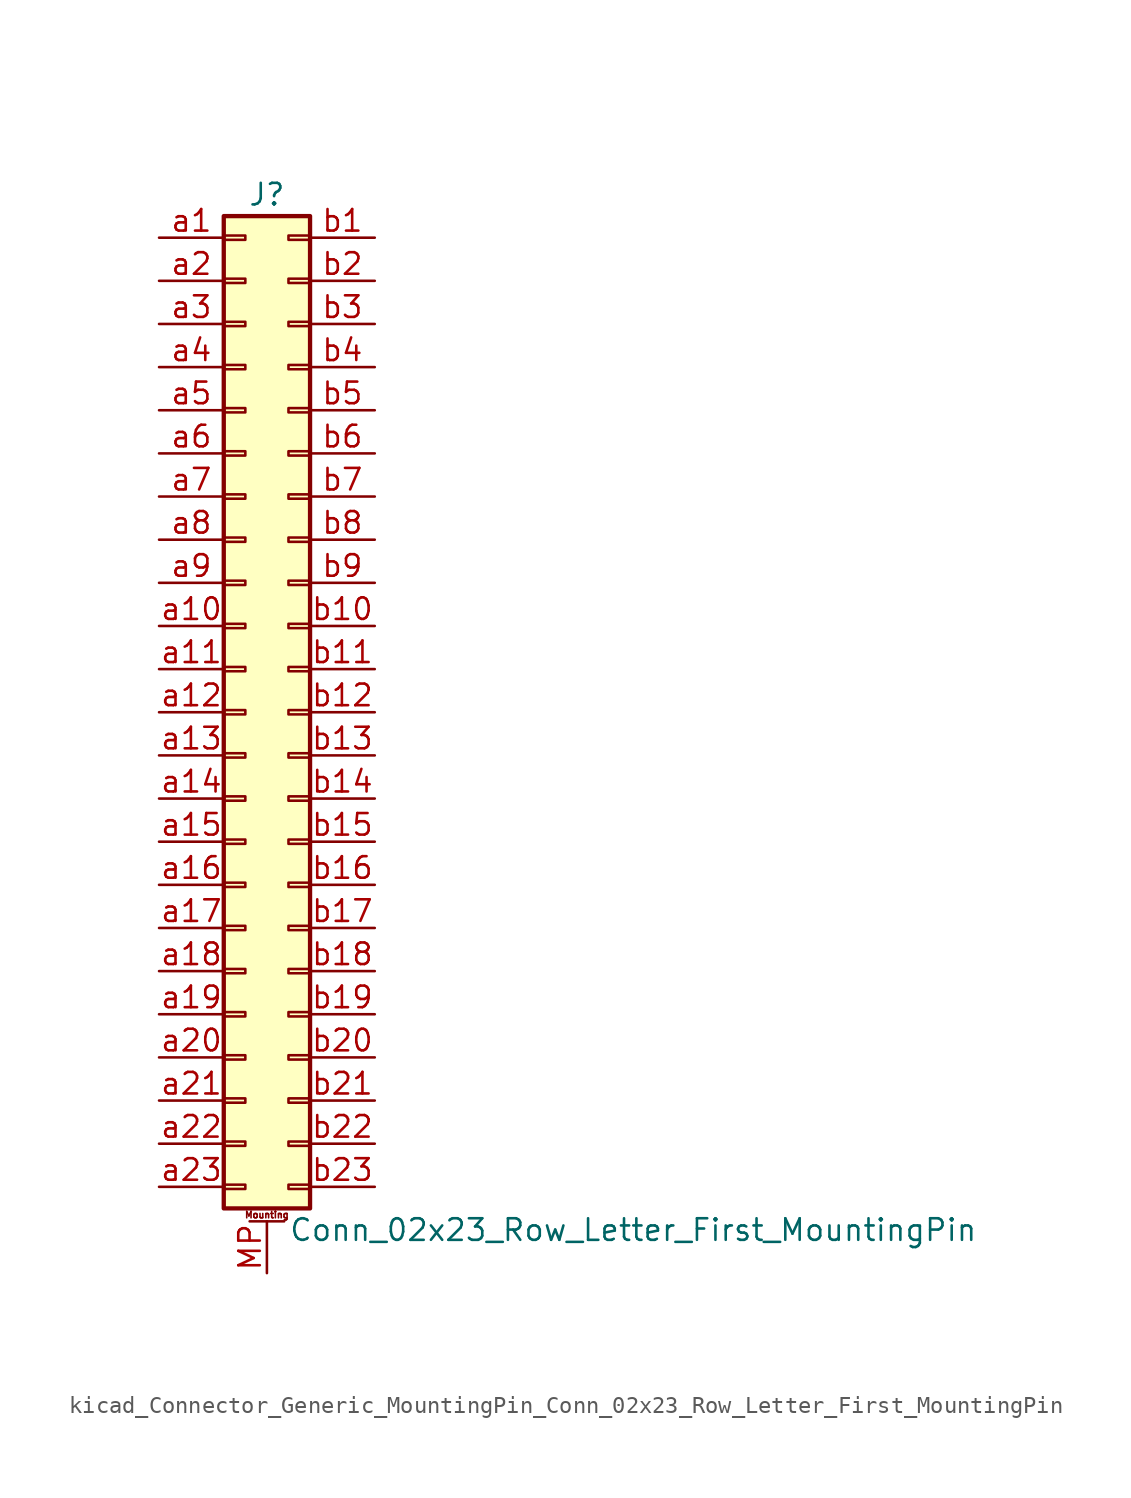
<source format=kicad_sym>
(kicad_symbol_lib
  (version 20220914)
  (generator kicad_symbol_editor)
  (symbol "kicad_Connector_Generic_MountingPin_Conn_02x23_Row_Letter_First_MountingPin"
    (pin_names
      (offset 1.016) hide)
    (property "Reference" "J"
      (at 1.27 30.48 0)
      (effects (font (size 1.27 1.27))))
    (property "Value" "Conn_02x23_Row_Letter_First_MountingPin"
      (at 2.54 -30.48 0)
      (effects (font (size 1.27 1.27)) (justify left)))
    (symbol "kicad_Connector_Generic_MountingPin_Conn_02x23_Row_Letter_First_MountingPin_1_1"
      (rectangle (start -1.27 -27.813) (end 0 -28.067) (stroke (width 0.152) (type default)) (fill (type none)))
      (rectangle (start -1.27 -25.273) (end 0 -25.527) (stroke (width 0.152) (type default)) (fill (type none)))
      (rectangle (start -1.27 -22.733) (end 0 -22.987) (stroke (width 0.152) (type default)) (fill (type none)))
      (rectangle (start -1.27 -20.193) (end 0 -20.447) (stroke (width 0.152) (type default)) (fill (type none)))
      (rectangle (start -1.27 -17.653) (end 0 -17.907) (stroke (width 0.152) (type default)) (fill (type none)))
      (rectangle (start -1.27 -15.113) (end 0 -15.367) (stroke (width 0.152) (type default)) (fill (type none)))
      (rectangle (start -1.27 -12.573) (end 0 -12.827) (stroke (width 0.152) (type default)) (fill (type none)))
      (rectangle (start -1.27 -10.033) (end 0 -10.287) (stroke (width 0.152) (type default)) (fill (type none)))
      (rectangle (start -1.27 -7.493) (end 0 -7.747) (stroke (width 0.152) (type default)) (fill (type none)))
      (rectangle (start -1.27 -4.953) (end 0 -5.207) (stroke (width 0.152) (type default)) (fill (type none)))
      (rectangle (start -1.27 -2.413) (end 0 -2.667) (stroke (width 0.152) (type default)) (fill (type none)))
      (rectangle (start -1.27 0.127) (end 0 -0.127) (stroke (width 0.152) (type default)) (fill (type none)))
      (rectangle (start -1.27 2.667) (end 0 2.413) (stroke (width 0.152) (type default)) (fill (type none)))
      (rectangle (start -1.27 5.207) (end 0 4.953) (stroke (width 0.152) (type default)) (fill (type none)))
      (rectangle (start -1.27 7.747) (end 0 7.493) (stroke (width 0.152) (type default)) (fill (type none)))
      (rectangle (start -1.27 10.287) (end 0 10.033) (stroke (width 0.152) (type default)) (fill (type none)))
      (rectangle (start -1.27 12.827) (end 0 12.573) (stroke (width 0.152) (type default)) (fill (type none)))
      (rectangle (start -1.27 15.367) (end 0 15.113) (stroke (width 0.152) (type default)) (fill (type none)))
      (rectangle (start -1.27 17.907) (end 0 17.653) (stroke (width 0.152) (type default)) (fill (type none)))
      (rectangle (start -1.27 20.447) (end 0 20.193) (stroke (width 0.152) (type default)) (fill (type none)))
      (rectangle (start -1.27 22.987) (end 0 22.733) (stroke (width 0.152) (type default)) (fill (type none)))
      (rectangle (start -1.27 25.527) (end 0 25.273) (stroke (width 0.152) (type default)) (fill (type none)))
      (rectangle (start -1.27 28.067) (end 0 27.813) (stroke (width 0.152) (type default)) (fill (type none)))
      (rectangle (start -1.27 29.21) (end 3.81 -29.21) (stroke (width 0.254) (type default)) (fill (type background)))
      (polyline (pts (xy 0.254 -29.972) (xy 2.286 -29.972)) (stroke (width 0.152) (type default)) (fill (type none)))
      (rectangle (start 3.81 -27.813) (end 2.54 -28.067) (stroke (width 0.152) (type default)) (fill (type none)))
      (rectangle (start 3.81 -25.273) (end 2.54 -25.527) (stroke (width 0.152) (type default)) (fill (type none)))
      (rectangle (start 3.81 -22.733) (end 2.54 -22.987) (stroke (width 0.152) (type default)) (fill (type none)))
      (rectangle (start 3.81 -20.193) (end 2.54 -20.447) (stroke (width 0.152) (type default)) (fill (type none)))
      (rectangle (start 3.81 -17.653) (end 2.54 -17.907) (stroke (width 0.152) (type default)) (fill (type none)))
      (rectangle (start 3.81 -15.113) (end 2.54 -15.367) (stroke (width 0.152) (type default)) (fill (type none)))
      (rectangle (start 3.81 -12.573) (end 2.54 -12.827) (stroke (width 0.152) (type default)) (fill (type none)))
      (rectangle (start 3.81 -10.033) (end 2.54 -10.287) (stroke (width 0.152) (type default)) (fill (type none)))
      (rectangle (start 3.81 -7.493) (end 2.54 -7.747) (stroke (width 0.152) (type default)) (fill (type none)))
      (rectangle (start 3.81 -4.953) (end 2.54 -5.207) (stroke (width 0.152) (type default)) (fill (type none)))
      (rectangle (start 3.81 -2.413) (end 2.54 -2.667) (stroke (width 0.152) (type default)) (fill (type none)))
      (rectangle (start 3.81 0.127) (end 2.54 -0.127) (stroke (width 0.152) (type default)) (fill (type none)))
      (rectangle (start 3.81 2.667) (end 2.54 2.413) (stroke (width 0.152) (type default)) (fill (type none)))
      (rectangle (start 3.81 5.207) (end 2.54 4.953) (stroke (width 0.152) (type default)) (fill (type none)))
      (rectangle (start 3.81 7.747) (end 2.54 7.493) (stroke (width 0.152) (type default)) (fill (type none)))
      (rectangle (start 3.81 10.287) (end 2.54 10.033) (stroke (width 0.152) (type default)) (fill (type none)))
      (rectangle (start 3.81 12.827) (end 2.54 12.573) (stroke (width 0.152) (type default)) (fill (type none)))
      (rectangle (start 3.81 15.367) (end 2.54 15.113) (stroke (width 0.152) (type default)) (fill (type none)))
      (rectangle (start 3.81 17.907) (end 2.54 17.653) (stroke (width 0.152) (type default)) (fill (type none)))
      (rectangle (start 3.81 20.447) (end 2.54 20.193) (stroke (width 0.152) (type default)) (fill (type none)))
      (rectangle (start 3.81 22.987) (end 2.54 22.733) (stroke (width 0.152) (type default)) (fill (type none)))
      (rectangle (start 3.81 25.527) (end 2.54 25.273) (stroke (width 0.152) (type default)) (fill (type none)))
      (rectangle (start 3.81 28.067) (end 2.54 27.813) (stroke (width 0.152) (type default)) (fill (type none)))
      (text "Mounting" (at 1.27 -29.591 0) (effects (font (size 0.381 0.381))))
      (pin passive line (at 1.27 -33.02 90) (length 3.048) (name "MountPin" (effects (font (size 1.27 1.27)))) (number "MP" (effects (font (size 1.27 1.27)))))
      (pin passive line (at -5.08 27.94 0) (length 3.81) (name "Pin_a1" (effects (font (size 1.27 1.27)))) (number "a1" (effects (font (size 1.27 1.27)))))
      (pin passive line (at -5.08 5.08 0) (length 3.81) (name "Pin_a10" (effects (font (size 1.27 1.27)))) (number "a10" (effects (font (size 1.27 1.27)))))
      (pin passive line (at -5.08 2.54 0) (length 3.81) (name "Pin_a11" (effects (font (size 1.27 1.27)))) (number "a11" (effects (font (size 1.27 1.27)))))
      (pin passive line (at -5.08 0 0) (length 3.81) (name "Pin_a12" (effects (font (size 1.27 1.27)))) (number "a12" (effects (font (size 1.27 1.27)))))
      (pin passive line (at -5.08 -2.54 0) (length 3.81) (name "Pin_a13" (effects (font (size 1.27 1.27)))) (number "a13" (effects (font (size 1.27 1.27)))))
      (pin passive line (at -5.08 -5.08 0) (length 3.81) (name "Pin_a14" (effects (font (size 1.27 1.27)))) (number "a14" (effects (font (size 1.27 1.27)))))
      (pin passive line (at -5.08 -7.62 0) (length 3.81) (name "Pin_a15" (effects (font (size 1.27 1.27)))) (number "a15" (effects (font (size 1.27 1.27)))))
      (pin passive line (at -5.08 -10.16 0) (length 3.81) (name "Pin_a16" (effects (font (size 1.27 1.27)))) (number "a16" (effects (font (size 1.27 1.27)))))
      (pin passive line (at -5.08 -12.7 0) (length 3.81) (name "Pin_a17" (effects (font (size 1.27 1.27)))) (number "a17" (effects (font (size 1.27 1.27)))))
      (pin passive line (at -5.08 -15.24 0) (length 3.81) (name "Pin_a18" (effects (font (size 1.27 1.27)))) (number "a18" (effects (font (size 1.27 1.27)))))
      (pin passive line (at -5.08 -17.78 0) (length 3.81) (name "Pin_a19" (effects (font (size 1.27 1.27)))) (number "a19" (effects (font (size 1.27 1.27)))))
      (pin passive line (at -5.08 25.4 0) (length 3.81) (name "Pin_a2" (effects (font (size 1.27 1.27)))) (number "a2" (effects (font (size 1.27 1.27)))))
      (pin passive line (at -5.08 -20.32 0) (length 3.81) (name "Pin_a20" (effects (font (size 1.27 1.27)))) (number "a20" (effects (font (size 1.27 1.27)))))
      (pin passive line (at -5.08 -22.86 0) (length 3.81) (name "Pin_a21" (effects (font (size 1.27 1.27)))) (number "a21" (effects (font (size 1.27 1.27)))))
      (pin passive line (at -5.08 -25.4 0) (length 3.81) (name "Pin_a22" (effects (font (size 1.27 1.27)))) (number "a22" (effects (font (size 1.27 1.27)))))
      (pin passive line (at -5.08 -27.94 0) (length 3.81) (name "Pin_a23" (effects (font (size 1.27 1.27)))) (number "a23" (effects (font (size 1.27 1.27)))))
      (pin passive line (at -5.08 22.86 0) (length 3.81) (name "Pin_a3" (effects (font (size 1.27 1.27)))) (number "a3" (effects (font (size 1.27 1.27)))))
      (pin passive line (at -5.08 20.32 0) (length 3.81) (name "Pin_a4" (effects (font (size 1.27 1.27)))) (number "a4" (effects (font (size 1.27 1.27)))))
      (pin passive line (at -5.08 17.78 0) (length 3.81) (name "Pin_a5" (effects (font (size 1.27 1.27)))) (number "a5" (effects (font (size 1.27 1.27)))))
      (pin passive line (at -5.08 15.24 0) (length 3.81) (name "Pin_a6" (effects (font (size 1.27 1.27)))) (number "a6" (effects (font (size 1.27 1.27)))))
      (pin passive line (at -5.08 12.7 0) (length 3.81) (name "Pin_a7" (effects (font (size 1.27 1.27)))) (number "a7" (effects (font (size 1.27 1.27)))))
      (pin passive line (at -5.08 10.16 0) (length 3.81) (name "Pin_a8" (effects (font (size 1.27 1.27)))) (number "a8" (effects (font (size 1.27 1.27)))))
      (pin passive line (at -5.08 7.62 0) (length 3.81) (name "Pin_a9" (effects (font (size 1.27 1.27)))) (number "a9" (effects (font (size 1.27 1.27)))))
      (pin passive line (at 7.62 27.94 180) (length 3.81) (name "Pin_b1" (effects (font (size 1.27 1.27)))) (number "b1" (effects (font (size 1.27 1.27)))))
      (pin passive line (at 7.62 5.08 180) (length 3.81) (name "Pin_b10" (effects (font (size 1.27 1.27)))) (number "b10" (effects (font (size 1.27 1.27)))))
      (pin passive line (at 7.62 2.54 180) (length 3.81) (name "Pin_b11" (effects (font (size 1.27 1.27)))) (number "b11" (effects (font (size 1.27 1.27)))))
      (pin passive line (at 7.62 0 180) (length 3.81) (name "Pin_b12" (effects (font (size 1.27 1.27)))) (number "b12" (effects (font (size 1.27 1.27)))))
      (pin passive line (at 7.62 -2.54 180) (length 3.81) (name "Pin_b13" (effects (font (size 1.27 1.27)))) (number "b13" (effects (font (size 1.27 1.27)))))
      (pin passive line (at 7.62 -5.08 180) (length 3.81) (name "Pin_b14" (effects (font (size 1.27 1.27)))) (number "b14" (effects (font (size 1.27 1.27)))))
      (pin passive line (at 7.62 -7.62 180) (length 3.81) (name "Pin_b15" (effects (font (size 1.27 1.27)))) (number "b15" (effects (font (size 1.27 1.27)))))
      (pin passive line (at 7.62 -10.16 180) (length 3.81) (name "Pin_b16" (effects (font (size 1.27 1.27)))) (number "b16" (effects (font (size 1.27 1.27)))))
      (pin passive line (at 7.62 -12.7 180) (length 3.81) (name "Pin_b17" (effects (font (size 1.27 1.27)))) (number "b17" (effects (font (size 1.27 1.27)))))
      (pin passive line (at 7.62 -15.24 180) (length 3.81) (name "Pin_b18" (effects (font (size 1.27 1.27)))) (number "b18" (effects (font (size 1.27 1.27)))))
      (pin passive line (at 7.62 -17.78 180) (length 3.81) (name "Pin_b19" (effects (font (size 1.27 1.27)))) (number "b19" (effects (font (size 1.27 1.27)))))
      (pin passive line (at 7.62 25.4 180) (length 3.81) (name "Pin_b2" (effects (font (size 1.27 1.27)))) (number "b2" (effects (font (size 1.27 1.27)))))
      (pin passive line (at 7.62 -20.32 180) (length 3.81) (name "Pin_b20" (effects (font (size 1.27 1.27)))) (number "b20" (effects (font (size 1.27 1.27)))))
      (pin passive line (at 7.62 -22.86 180) (length 3.81) (name "Pin_b21" (effects (font (size 1.27 1.27)))) (number "b21" (effects (font (size 1.27 1.27)))))
      (pin passive line (at 7.62 -25.4 180) (length 3.81) (name "Pin_b22" (effects (font (size 1.27 1.27)))) (number "b22" (effects (font (size 1.27 1.27)))))
      (pin passive line (at 7.62 -27.94 180) (length 3.81) (name "Pin_b23" (effects (font (size 1.27 1.27)))) (number "b23" (effects (font (size 1.27 1.27)))))
      (pin passive line (at 7.62 22.86 180) (length 3.81) (name "Pin_b3" (effects (font (size 1.27 1.27)))) (number "b3" (effects (font (size 1.27 1.27)))))
      (pin passive line (at 7.62 20.32 180) (length 3.81) (name "Pin_b4" (effects (font (size 1.27 1.27)))) (number "b4" (effects (font (size 1.27 1.27)))))
      (pin passive line (at 7.62 17.78 180) (length 3.81) (name "Pin_b5" (effects (font (size 1.27 1.27)))) (number "b5" (effects (font (size 1.27 1.27)))))
      (pin passive line (at 7.62 15.24 180) (length 3.81) (name "Pin_b6" (effects (font (size 1.27 1.27)))) (number "b6" (effects (font (size 1.27 1.27)))))
      (pin passive line (at 7.62 12.7 180) (length 3.81) (name "Pin_b7" (effects (font (size 1.27 1.27)))) (number "b7" (effects (font (size 1.27 1.27)))))
      (pin passive line (at 7.62 10.16 180) (length 3.81) (name "Pin_b8" (effects (font (size 1.27 1.27)))) (number "b8" (effects (font (size 1.27 1.27)))))
      (pin passive line (at 7.62 7.62 180) (length 3.81) (name "Pin_b9" (effects (font (size 1.27 1.27)))) (number "b9" (effects (font (size 1.27 1.27))))))))
</source>
